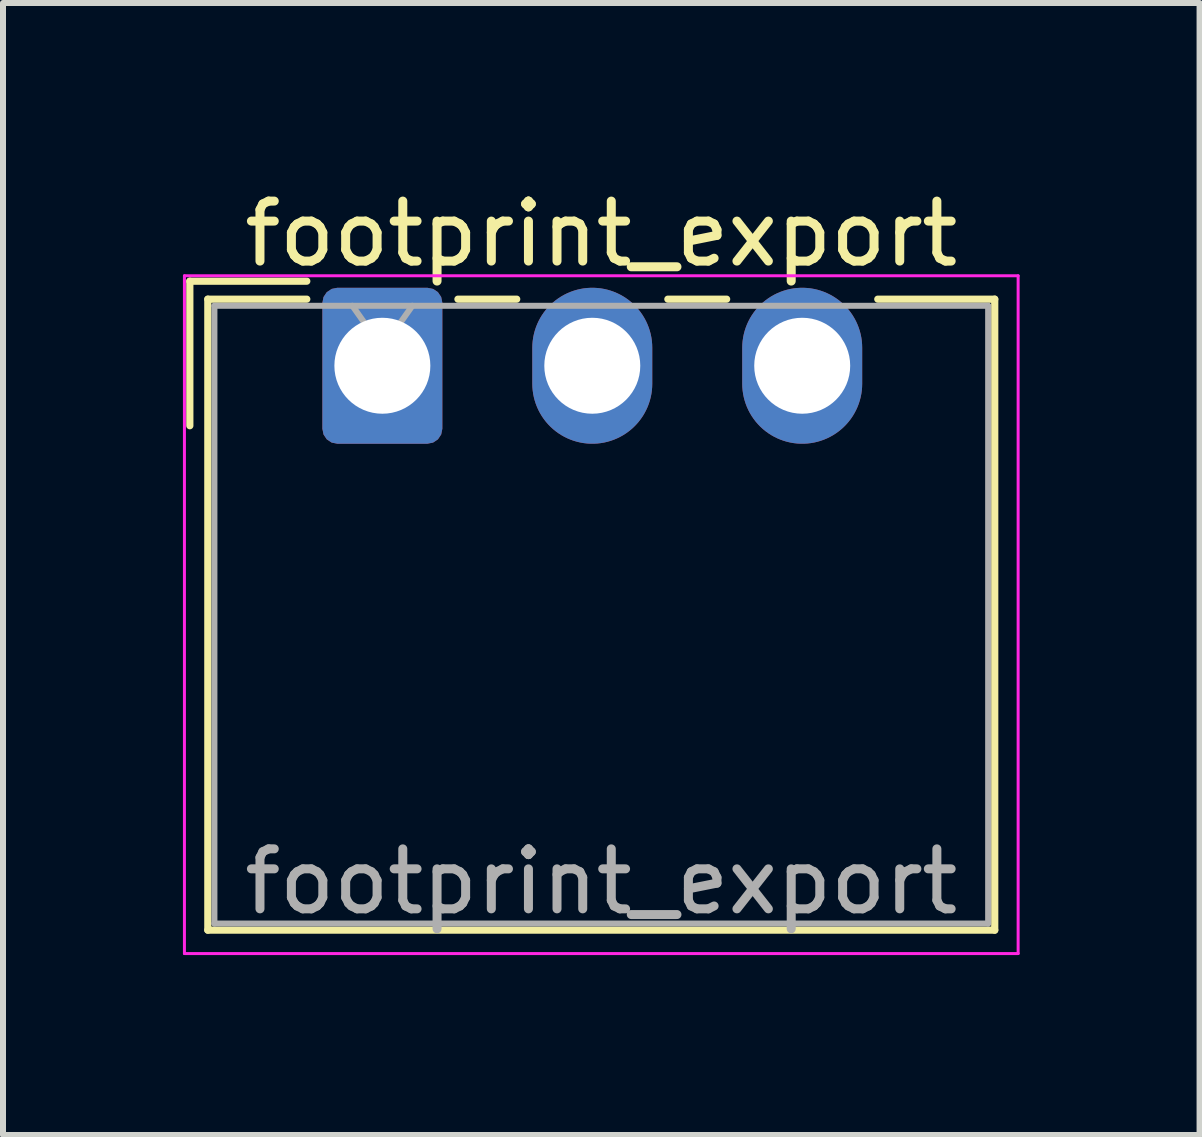
<source format=kicad_pcb>
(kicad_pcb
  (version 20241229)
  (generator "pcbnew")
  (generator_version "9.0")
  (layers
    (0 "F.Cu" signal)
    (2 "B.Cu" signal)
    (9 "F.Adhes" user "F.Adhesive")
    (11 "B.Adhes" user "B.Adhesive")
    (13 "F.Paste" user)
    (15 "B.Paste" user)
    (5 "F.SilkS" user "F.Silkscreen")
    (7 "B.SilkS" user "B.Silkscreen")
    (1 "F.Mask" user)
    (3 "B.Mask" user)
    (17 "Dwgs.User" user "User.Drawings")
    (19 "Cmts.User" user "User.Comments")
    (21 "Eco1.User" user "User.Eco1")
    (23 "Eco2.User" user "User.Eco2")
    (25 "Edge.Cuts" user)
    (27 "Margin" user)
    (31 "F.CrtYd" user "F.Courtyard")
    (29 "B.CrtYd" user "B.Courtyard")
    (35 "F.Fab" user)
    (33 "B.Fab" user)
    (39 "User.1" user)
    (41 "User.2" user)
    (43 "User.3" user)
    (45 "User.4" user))
  (footprint "footprint_export"
    (layer "F.Cu")
    (at 3.325 3.048)
    (property "Reference" "footprint_export" (at 3.65 -2.2 0) (layer "F.SilkS") (effects (font (size 1 1) (thickness 0.15))))
    (attr through_hole)
    (fp_line (start -3.21 -1.41) (end -1.26 -1.41) (stroke (width 0.12) (type solid)) (layer "F.SilkS"))
    (fp_line (start -3.21 1) (end -3.21 -1.41) (stroke (width 0.12) (type solid)) (layer "F.SilkS"))
    (fp_line (start -2.91 -1.11) (end -2.91 9.41) (stroke (width 0.12) (type solid)) (layer "F.SilkS"))
    (fp_line (start -2.91 9.41) (end 10.21 9.41) (stroke (width 0.12) (type solid)) (layer "F.SilkS"))
    (fp_line (start -1.26 -1.11) (end -2.91 -1.11) (stroke (width 0.12) (type solid)) (layer "F.SilkS"))
    (fp_line (start 1.26 -1.11) (end 2.24 -1.11) (stroke (width 0.12) (type solid)) (layer "F.SilkS"))
    (fp_line (start 4.76 -1.11) (end 5.74 -1.11) (stroke (width 0.12) (type solid)) (layer "F.SilkS"))
    (fp_line (start 10.21 -1.11) (end 8.26 -1.11) (stroke (width 0.12) (type solid)) (layer "F.SilkS"))
    (fp_line (start 10.21 9.41) (end 10.21 -1.11) (stroke (width 0.12) (type solid)) (layer "F.SilkS"))
    (fp_line (start -3.3 -1.5) (end -3.3 9.8) (stroke (width 0.05) (type solid)) (layer "F.CrtYd"))
    (fp_line (start -3.3 9.8) (end 10.6 9.8) (stroke (width 0.05) (type solid)) (layer "F.CrtYd"))
    (fp_line (start 10.6 -1.5) (end -3.3 -1.5) (stroke (width 0.05) (type solid)) (layer "F.CrtYd"))
    (fp_line (start 10.6 9.8) (end 10.6 -1.5) (stroke (width 0.05) (type solid)) (layer "F.CrtYd"))
    (fp_line (start -2.8 -1) (end -2.8 9.3) (stroke (width 0.1) (type solid)) (layer "F.Fab"))
    (fp_line (start -2.8 9.3) (end 10.1 9.3) (stroke (width 0.1) (type solid)) (layer "F.Fab"))
    (fp_line (start -0.5 -1) (end 0 -0.293) (stroke (width 0.1) (type solid)) (layer "F.Fab"))
    (fp_line (start 0 -0.293) (end 0.5 -1) (stroke (width 0.1) (type solid)) (layer "F.Fab"))
    (fp_line (start 10.1 -1) (end -2.8 -1) (stroke (width 0.1) (type solid)) (layer "F.Fab"))
    (fp_line (start 10.1 9.3) (end 10.1 -1) (stroke (width 0.1) (type solid)) (layer "F.Fab"))
    (fp_text user "${REFERENCE}" (at 3.65 8.6 0) (layer "F.Fab") (effects (font (size 1 1) (thickness 0.15))))
    (pad "1" thru_hole roundrect (at 0 0) (size 2 2.6) (drill 1.6) (layers "*.Cu" "*.Mask") (roundrect_rratio 0.125))
    (pad "2" thru_hole oval (at 3.5 0) (size 2 2.6) (drill 1.6) (layers "*.Cu" "*.Mask"))
    (pad "3" thru_hole oval (at 7 0) (size 2 2.6) (drill 1.6) (layers "*.Cu" "*.Mask")))
  (gr_rect
    (start -3 -3)
    (end 16.95 15.873)
    (stroke (width 0.1) (type default))
    (fill no)
    (layer "Edge.Cuts")))
</source>
